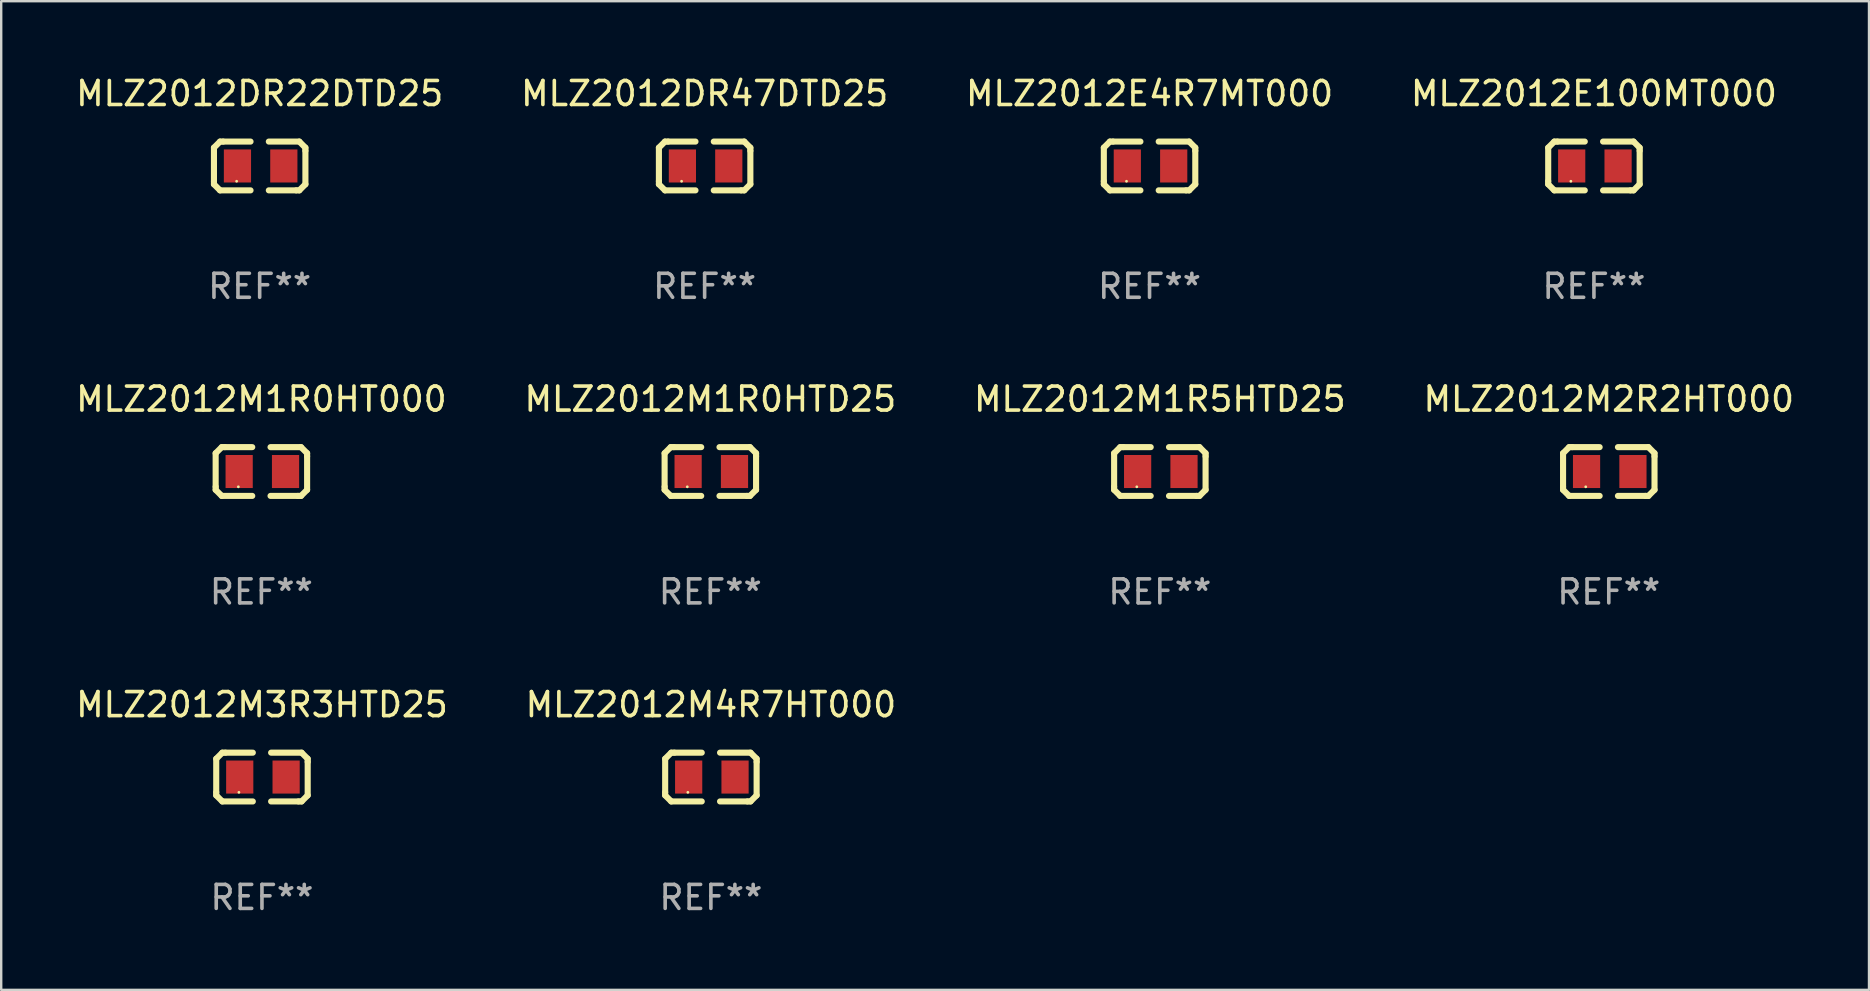
<source format=kicad_pcb>
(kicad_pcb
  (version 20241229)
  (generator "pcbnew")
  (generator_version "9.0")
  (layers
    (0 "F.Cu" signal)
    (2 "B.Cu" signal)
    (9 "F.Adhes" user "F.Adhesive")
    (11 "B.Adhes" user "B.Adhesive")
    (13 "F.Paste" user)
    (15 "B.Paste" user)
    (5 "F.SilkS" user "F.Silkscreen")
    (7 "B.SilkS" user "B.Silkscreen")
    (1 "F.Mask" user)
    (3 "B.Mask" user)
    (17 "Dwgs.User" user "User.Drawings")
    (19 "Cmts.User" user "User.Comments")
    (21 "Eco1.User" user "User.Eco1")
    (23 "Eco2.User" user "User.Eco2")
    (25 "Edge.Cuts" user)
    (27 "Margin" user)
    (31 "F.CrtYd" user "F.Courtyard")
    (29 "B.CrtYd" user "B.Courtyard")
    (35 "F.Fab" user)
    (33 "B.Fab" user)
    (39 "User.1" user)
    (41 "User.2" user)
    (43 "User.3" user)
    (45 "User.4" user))
  (footprint "MLZ2012M1R5HTD25"
    (layer "F.Cu")
    (at 45.268 16.593)
    (property "Reference" "MLZ2012M1R5HTD25" (at 0 -3.016 0) (layer "F.SilkS") (effects (font (size 1 1) (thickness 0.15))))
    (attr through_hole)
    (fp_line (start -1.905 -0.762) (end -1.905 0.635) (stroke (width 0.254) (type solid)) (layer "F.SilkS"))
    (fp_line (start -1.905 0.635) (end -1.905 0.762) (stroke (width 0.254) (type solid)) (layer "F.SilkS"))
    (fp_line (start -1.905 0.762) (end -1.651 1.016) (stroke (width 0.254) (type solid)) (layer "F.SilkS"))
    (fp_line (start -1.651 -1.016) (end -1.905 -0.762) (stroke (width 0.254) (type solid)) (layer "F.SilkS"))
    (fp_line (start -1.651 1.016) (end -0.381 1.016) (stroke (width 0.254) (type solid)) (layer "F.SilkS"))
    (fp_line (start -1.524 -1.016) (end -1.651 -1.016) (stroke (width 0.254) (type solid)) (layer "F.SilkS"))
    (fp_line (start -0.381 -1.016) (end -1.524 -1.016) (stroke (width 0.254) (type solid)) (layer "F.SilkS"))
    (fp_line (start 0.381 1.016) (end 1.524 1.016) (stroke (width 0.254) (type solid)) (layer "F.SilkS"))
    (fp_line (start 1.524 1.016) (end 1.651 1.016) (stroke (width 0.254) (type solid)) (layer "F.SilkS"))
    (fp_line (start 1.651 -1.016) (end 0.381 -1.016) (stroke (width 0.254) (type solid)) (layer "F.SilkS"))
    (fp_line (start 1.651 1.016) (end 1.905 0.762) (stroke (width 0.254) (type solid)) (layer "F.SilkS"))
    (fp_line (start 1.905 -0.762) (end 1.651 -1.016) (stroke (width 0.254) (type solid)) (layer "F.SilkS"))
    (fp_line (start 1.905 -0.635) (end 1.905 -0.762) (stroke (width 0.254) (type solid)) (layer "F.SilkS"))
    (fp_line (start 1.905 0.762) (end 1.905 -0.635) (stroke (width 0.254) (type solid)) (layer "F.SilkS"))
    (fp_circle (center -0.96 0.637) (end -0.93 0.637) (stroke (width 0.06) (type solid)) (fill no) (layer "F.SilkS"))
    (fp_text user "REF**" (at 0 5.016 0) (layer "F.Fab") (effects (font (size 1 1) (thickness 0.15))))
    (pad "1" smd rect (at -0.926 -0.000051) (size 1.133 1.377) (layers "F.Cu" "F.Mask" "F.Paste"))
    (pad "2" smd rect (at 1.006 -0.000051) (size 1.133 1.377) (layers "F.Cu" "F.Mask" "F.Paste")))
  (footprint "MLZ2012E100MT000"
    (layer "F.Cu")
    (at 63.351 3.864)
    (property "Reference" "MLZ2012E100MT000" (at 0 -3.016 0) (layer "F.SilkS") (effects (font (size 1 1) (thickness 0.15))))
    (attr through_hole)
    (fp_line (start -1.905 -0.762) (end -1.905 0.635) (stroke (width 0.254) (type solid)) (layer "F.SilkS"))
    (fp_line (start -1.905 0.635) (end -1.905 0.762) (stroke (width 0.254) (type solid)) (layer "F.SilkS"))
    (fp_line (start -1.905 0.762) (end -1.651 1.016) (stroke (width 0.254) (type solid)) (layer "F.SilkS"))
    (fp_line (start -1.651 -1.016) (end -1.905 -0.762) (stroke (width 0.254) (type solid)) (layer "F.SilkS"))
    (fp_line (start -1.651 1.016) (end -0.381 1.016) (stroke (width 0.254) (type solid)) (layer "F.SilkS"))
    (fp_line (start -1.524 -1.016) (end -1.651 -1.016) (stroke (width 0.254) (type solid)) (layer "F.SilkS"))
    (fp_line (start -0.381 -1.016) (end -1.524 -1.016) (stroke (width 0.254) (type solid)) (layer "F.SilkS"))
    (fp_line (start 0.381 1.016) (end 1.524 1.016) (stroke (width 0.254) (type solid)) (layer "F.SilkS"))
    (fp_line (start 1.524 1.016) (end 1.651 1.016) (stroke (width 0.254) (type solid)) (layer "F.SilkS"))
    (fp_line (start 1.651 -1.016) (end 0.381 -1.016) (stroke (width 0.254) (type solid)) (layer "F.SilkS"))
    (fp_line (start 1.651 1.016) (end 1.905 0.762) (stroke (width 0.254) (type solid)) (layer "F.SilkS"))
    (fp_line (start 1.905 -0.762) (end 1.651 -1.016) (stroke (width 0.254) (type solid)) (layer "F.SilkS"))
    (fp_line (start 1.905 -0.635) (end 1.905 -0.762) (stroke (width 0.254) (type solid)) (layer "F.SilkS"))
    (fp_line (start 1.905 0.762) (end 1.905 -0.635) (stroke (width 0.254) (type solid)) (layer "F.SilkS"))
    (fp_circle (center -0.96 0.637) (end -0.93 0.637) (stroke (width 0.06) (type solid)) (fill no) (layer "F.SilkS"))
    (fp_text user "REF**" (at 0 5.016 0) (layer "F.Fab") (effects (font (size 1 1) (thickness 0.15))))
    (pad "1" smd rect (at -0.926 -0.000051) (size 1.133 1.377) (layers "F.Cu" "F.Mask" "F.Paste"))
    (pad "2" smd rect (at 1.006 -0.000051) (size 1.133 1.377) (layers "F.Cu" "F.Mask" "F.Paste")))
  (footprint "MLZ2012DR22DTD25"
    (layer "F.Cu")
    (at 7.768 3.864)
    (property "Reference" "MLZ2012DR22DTD25" (at 0 -3.016 0) (layer "F.SilkS") (effects (font (size 1 1) (thickness 0.15))))
    (attr through_hole)
    (fp_line (start -1.905 -0.762) (end -1.905 0.635) (stroke (width 0.254) (type solid)) (layer "F.SilkS"))
    (fp_line (start -1.905 0.635) (end -1.905 0.762) (stroke (width 0.254) (type solid)) (layer "F.SilkS"))
    (fp_line (start -1.905 0.762) (end -1.651 1.016) (stroke (width 0.254) (type solid)) (layer "F.SilkS"))
    (fp_line (start -1.651 -1.016) (end -1.905 -0.762) (stroke (width 0.254) (type solid)) (layer "F.SilkS"))
    (fp_line (start -1.651 1.016) (end -0.381 1.016) (stroke (width 0.254) (type solid)) (layer "F.SilkS"))
    (fp_line (start -1.524 -1.016) (end -1.651 -1.016) (stroke (width 0.254) (type solid)) (layer "F.SilkS"))
    (fp_line (start -0.381 -1.016) (end -1.524 -1.016) (stroke (width 0.254) (type solid)) (layer "F.SilkS"))
    (fp_line (start 0.381 1.016) (end 1.524 1.016) (stroke (width 0.254) (type solid)) (layer "F.SilkS"))
    (fp_line (start 1.524 1.016) (end 1.651 1.016) (stroke (width 0.254) (type solid)) (layer "F.SilkS"))
    (fp_line (start 1.651 -1.016) (end 0.381 -1.016) (stroke (width 0.254) (type solid)) (layer "F.SilkS"))
    (fp_line (start 1.651 1.016) (end 1.905 0.762) (stroke (width 0.254) (type solid)) (layer "F.SilkS"))
    (fp_line (start 1.905 -0.762) (end 1.651 -1.016) (stroke (width 0.254) (type solid)) (layer "F.SilkS"))
    (fp_line (start 1.905 -0.635) (end 1.905 -0.762) (stroke (width 0.254) (type solid)) (layer "F.SilkS"))
    (fp_line (start 1.905 0.762) (end 1.905 -0.635) (stroke (width 0.254) (type solid)) (layer "F.SilkS"))
    (fp_circle (center -0.96 0.637) (end -0.93 0.637) (stroke (width 0.06) (type solid)) (fill no) (layer "F.SilkS"))
    (fp_text user "REF**" (at 0 5.016 0) (layer "F.Fab") (effects (font (size 1 1) (thickness 0.15))))
    (pad "1" smd rect (at -0.926 -0.000051) (size 1.133 1.377) (layers "F.Cu" "F.Mask" "F.Paste"))
    (pad "2" smd rect (at 1.006 -0.000051) (size 1.133 1.377) (layers "F.Cu" "F.Mask" "F.Paste")))
  (footprint "MLZ2012M2R2HT000"
    (layer "F.Cu")
    (at 63.97 16.593)
    (property "Reference" "MLZ2012M2R2HT000" (at 0 -3.016 0) (layer "F.SilkS") (effects (font (size 1 1) (thickness 0.15))))
    (attr through_hole)
    (fp_line (start -1.905 -0.762) (end -1.905 0.635) (stroke (width 0.254) (type solid)) (layer "F.SilkS"))
    (fp_line (start -1.905 0.635) (end -1.905 0.762) (stroke (width 0.254) (type solid)) (layer "F.SilkS"))
    (fp_line (start -1.905 0.762) (end -1.651 1.016) (stroke (width 0.254) (type solid)) (layer "F.SilkS"))
    (fp_line (start -1.651 -1.016) (end -1.905 -0.762) (stroke (width 0.254) (type solid)) (layer "F.SilkS"))
    (fp_line (start -1.651 1.016) (end -0.381 1.016) (stroke (width 0.254) (type solid)) (layer "F.SilkS"))
    (fp_line (start -1.524 -1.016) (end -1.651 -1.016) (stroke (width 0.254) (type solid)) (layer "F.SilkS"))
    (fp_line (start -0.381 -1.016) (end -1.524 -1.016) (stroke (width 0.254) (type solid)) (layer "F.SilkS"))
    (fp_line (start 0.381 1.016) (end 1.524 1.016) (stroke (width 0.254) (type solid)) (layer "F.SilkS"))
    (fp_line (start 1.524 1.016) (end 1.651 1.016) (stroke (width 0.254) (type solid)) (layer "F.SilkS"))
    (fp_line (start 1.651 -1.016) (end 0.381 -1.016) (stroke (width 0.254) (type solid)) (layer "F.SilkS"))
    (fp_line (start 1.651 1.016) (end 1.905 0.762) (stroke (width 0.254) (type solid)) (layer "F.SilkS"))
    (fp_line (start 1.905 -0.762) (end 1.651 -1.016) (stroke (width 0.254) (type solid)) (layer "F.SilkS"))
    (fp_line (start 1.905 -0.635) (end 1.905 -0.762) (stroke (width 0.254) (type solid)) (layer "F.SilkS"))
    (fp_line (start 1.905 0.762) (end 1.905 -0.635) (stroke (width 0.254) (type solid)) (layer "F.SilkS"))
    (fp_circle (center -0.96 0.637) (end -0.93 0.637) (stroke (width 0.06) (type solid)) (fill no) (layer "F.SilkS"))
    (fp_text user "REF**" (at 0 5.016 0) (layer "F.Fab") (effects (font (size 1 1) (thickness 0.15))))
    (pad "1" smd rect (at -0.926 -0.000051) (size 1.133 1.377) (layers "F.Cu" "F.Mask" "F.Paste"))
    (pad "2" smd rect (at 1.006 -0.000051) (size 1.133 1.377) (layers "F.Cu" "F.Mask" "F.Paste")))
  (footprint "MLZ2012M4R7HT000"
    (layer "F.Cu")
    (at 26.565 29.321)
    (property "Reference" "MLZ2012M4R7HT000" (at 0 -3.016 0) (layer "F.SilkS") (effects (font (size 1 1) (thickness 0.15))))
    (attr through_hole)
    (fp_line (start -1.905 -0.762) (end -1.905 0.635) (stroke (width 0.254) (type solid)) (layer "F.SilkS"))
    (fp_line (start -1.905 0.635) (end -1.905 0.762) (stroke (width 0.254) (type solid)) (layer "F.SilkS"))
    (fp_line (start -1.905 0.762) (end -1.651 1.016) (stroke (width 0.254) (type solid)) (layer "F.SilkS"))
    (fp_line (start -1.651 -1.016) (end -1.905 -0.762) (stroke (width 0.254) (type solid)) (layer "F.SilkS"))
    (fp_line (start -1.651 1.016) (end -0.381 1.016) (stroke (width 0.254) (type solid)) (layer "F.SilkS"))
    (fp_line (start -1.524 -1.016) (end -1.651 -1.016) (stroke (width 0.254) (type solid)) (layer "F.SilkS"))
    (fp_line (start -0.381 -1.016) (end -1.524 -1.016) (stroke (width 0.254) (type solid)) (layer "F.SilkS"))
    (fp_line (start 0.381 1.016) (end 1.524 1.016) (stroke (width 0.254) (type solid)) (layer "F.SilkS"))
    (fp_line (start 1.524 1.016) (end 1.651 1.016) (stroke (width 0.254) (type solid)) (layer "F.SilkS"))
    (fp_line (start 1.651 -1.016) (end 0.381 -1.016) (stroke (width 0.254) (type solid)) (layer "F.SilkS"))
    (fp_line (start 1.651 1.016) (end 1.905 0.762) (stroke (width 0.254) (type solid)) (layer "F.SilkS"))
    (fp_line (start 1.905 -0.762) (end 1.651 -1.016) (stroke (width 0.254) (type solid)) (layer "F.SilkS"))
    (fp_line (start 1.905 -0.635) (end 1.905 -0.762) (stroke (width 0.254) (type solid)) (layer "F.SilkS"))
    (fp_line (start 1.905 0.762) (end 1.905 -0.635) (stroke (width 0.254) (type solid)) (layer "F.SilkS"))
    (fp_circle (center -0.96 0.637) (end -0.93 0.637) (stroke (width 0.06) (type solid)) (fill no) (layer "F.SilkS"))
    (fp_text user "REF**" (at 0 5.016 0) (layer "F.Fab") (effects (font (size 1 1) (thickness 0.15))))
    (pad "1" smd rect (at -0.926 -0.000051) (size 1.133 1.377) (layers "F.Cu" "F.Mask" "F.Paste"))
    (pad "2" smd rect (at 1.006 -0.000051) (size 1.133 1.377) (layers "F.Cu" "F.Mask" "F.Paste")))
  (footprint "MLZ2012E4R7MT000"
    (layer "F.Cu")
    (at 44.839 3.864)
    (property "Reference" "MLZ2012E4R7MT000" (at 0 -3.016 0) (layer "F.SilkS") (effects (font (size 1 1) (thickness 0.15))))
    (attr through_hole)
    (fp_line (start -1.905 -0.762) (end -1.905 0.635) (stroke (width 0.254) (type solid)) (layer "F.SilkS"))
    (fp_line (start -1.905 0.635) (end -1.905 0.762) (stroke (width 0.254) (type solid)) (layer "F.SilkS"))
    (fp_line (start -1.905 0.762) (end -1.651 1.016) (stroke (width 0.254) (type solid)) (layer "F.SilkS"))
    (fp_line (start -1.651 -1.016) (end -1.905 -0.762) (stroke (width 0.254) (type solid)) (layer "F.SilkS"))
    (fp_line (start -1.651 1.016) (end -0.381 1.016) (stroke (width 0.254) (type solid)) (layer "F.SilkS"))
    (fp_line (start -1.524 -1.016) (end -1.651 -1.016) (stroke (width 0.254) (type solid)) (layer "F.SilkS"))
    (fp_line (start -0.381 -1.016) (end -1.524 -1.016) (stroke (width 0.254) (type solid)) (layer "F.SilkS"))
    (fp_line (start 0.381 1.016) (end 1.524 1.016) (stroke (width 0.254) (type solid)) (layer "F.SilkS"))
    (fp_line (start 1.524 1.016) (end 1.651 1.016) (stroke (width 0.254) (type solid)) (layer "F.SilkS"))
    (fp_line (start 1.651 -1.016) (end 0.381 -1.016) (stroke (width 0.254) (type solid)) (layer "F.SilkS"))
    (fp_line (start 1.651 1.016) (end 1.905 0.762) (stroke (width 0.254) (type solid)) (layer "F.SilkS"))
    (fp_line (start 1.905 -0.762) (end 1.651 -1.016) (stroke (width 0.254) (type solid)) (layer "F.SilkS"))
    (fp_line (start 1.905 -0.635) (end 1.905 -0.762) (stroke (width 0.254) (type solid)) (layer "F.SilkS"))
    (fp_line (start 1.905 0.762) (end 1.905 -0.635) (stroke (width 0.254) (type solid)) (layer "F.SilkS"))
    (fp_circle (center -0.96 0.637) (end -0.93 0.637) (stroke (width 0.06) (type solid)) (fill no) (layer "F.SilkS"))
    (fp_text user "REF**" (at 0 5.016 0) (layer "F.Fab") (effects (font (size 1 1) (thickness 0.15))))
    (pad "1" smd rect (at -0.926 -0.000051) (size 1.133 1.377) (layers "F.Cu" "F.Mask" "F.Paste"))
    (pad "2" smd rect (at 1.006 -0.000051) (size 1.133 1.377) (layers "F.Cu" "F.Mask" "F.Paste")))
  (footprint "MLZ2012M1R0HT000"
    (layer "F.Cu")
    (at 7.839 16.593)
    (property "Reference" "MLZ2012M1R0HT000" (at 0 -3.016 0) (layer "F.SilkS") (effects (font (size 1 1) (thickness 0.15))))
    (attr through_hole)
    (fp_line (start -1.905 -0.762) (end -1.905 0.635) (stroke (width 0.254) (type solid)) (layer "F.SilkS"))
    (fp_line (start -1.905 0.635) (end -1.905 0.762) (stroke (width 0.254) (type solid)) (layer "F.SilkS"))
    (fp_line (start -1.905 0.762) (end -1.651 1.016) (stroke (width 0.254) (type solid)) (layer "F.SilkS"))
    (fp_line (start -1.651 -1.016) (end -1.905 -0.762) (stroke (width 0.254) (type solid)) (layer "F.SilkS"))
    (fp_line (start -1.651 1.016) (end -0.381 1.016) (stroke (width 0.254) (type solid)) (layer "F.SilkS"))
    (fp_line (start -1.524 -1.016) (end -1.651 -1.016) (stroke (width 0.254) (type solid)) (layer "F.SilkS"))
    (fp_line (start -0.381 -1.016) (end -1.524 -1.016) (stroke (width 0.254) (type solid)) (layer "F.SilkS"))
    (fp_line (start 0.381 1.016) (end 1.524 1.016) (stroke (width 0.254) (type solid)) (layer "F.SilkS"))
    (fp_line (start 1.524 1.016) (end 1.651 1.016) (stroke (width 0.254) (type solid)) (layer "F.SilkS"))
    (fp_line (start 1.651 -1.016) (end 0.381 -1.016) (stroke (width 0.254) (type solid)) (layer "F.SilkS"))
    (fp_line (start 1.651 1.016) (end 1.905 0.762) (stroke (width 0.254) (type solid)) (layer "F.SilkS"))
    (fp_line (start 1.905 -0.762) (end 1.651 -1.016) (stroke (width 0.254) (type solid)) (layer "F.SilkS"))
    (fp_line (start 1.905 -0.635) (end 1.905 -0.762) (stroke (width 0.254) (type solid)) (layer "F.SilkS"))
    (fp_line (start 1.905 0.762) (end 1.905 -0.635) (stroke (width 0.254) (type solid)) (layer "F.SilkS"))
    (fp_circle (center -0.96 0.637) (end -0.93 0.637) (stroke (width 0.06) (type solid)) (fill no) (layer "F.SilkS"))
    (fp_text user "REF**" (at 0 5.016 0) (layer "F.Fab") (effects (font (size 1 1) (thickness 0.15))))
    (pad "1" smd rect (at -0.926 -0.000051) (size 1.133 1.377) (layers "F.Cu" "F.Mask" "F.Paste"))
    (pad "2" smd rect (at 1.006 -0.000051) (size 1.133 1.377) (layers "F.Cu" "F.Mask" "F.Paste")))
  (footprint "MLZ2012DR47DTD25"
    (layer "F.Cu")
    (at 26.304 3.864)
    (property "Reference" "MLZ2012DR47DTD25" (at 0 -3.016 0) (layer "F.SilkS") (effects (font (size 1 1) (thickness 0.15))))
    (attr through_hole)
    (fp_line (start -1.905 -0.762) (end -1.905 0.635) (stroke (width 0.254) (type solid)) (layer "F.SilkS"))
    (fp_line (start -1.905 0.635) (end -1.905 0.762) (stroke (width 0.254) (type solid)) (layer "F.SilkS"))
    (fp_line (start -1.905 0.762) (end -1.651 1.016) (stroke (width 0.254) (type solid)) (layer "F.SilkS"))
    (fp_line (start -1.651 -1.016) (end -1.905 -0.762) (stroke (width 0.254) (type solid)) (layer "F.SilkS"))
    (fp_line (start -1.651 1.016) (end -0.381 1.016) (stroke (width 0.254) (type solid)) (layer "F.SilkS"))
    (fp_line (start -1.524 -1.016) (end -1.651 -1.016) (stroke (width 0.254) (type solid)) (layer "F.SilkS"))
    (fp_line (start -0.381 -1.016) (end -1.524 -1.016) (stroke (width 0.254) (type solid)) (layer "F.SilkS"))
    (fp_line (start 0.381 1.016) (end 1.524 1.016) (stroke (width 0.254) (type solid)) (layer "F.SilkS"))
    (fp_line (start 1.524 1.016) (end 1.651 1.016) (stroke (width 0.254) (type solid)) (layer "F.SilkS"))
    (fp_line (start 1.651 -1.016) (end 0.381 -1.016) (stroke (width 0.254) (type solid)) (layer "F.SilkS"))
    (fp_line (start 1.651 1.016) (end 1.905 0.762) (stroke (width 0.254) (type solid)) (layer "F.SilkS"))
    (fp_line (start 1.905 -0.762) (end 1.651 -1.016) (stroke (width 0.254) (type solid)) (layer "F.SilkS"))
    (fp_line (start 1.905 -0.635) (end 1.905 -0.762) (stroke (width 0.254) (type solid)) (layer "F.SilkS"))
    (fp_line (start 1.905 0.762) (end 1.905 -0.635) (stroke (width 0.254) (type solid)) (layer "F.SilkS"))
    (fp_circle (center -0.96 0.637) (end -0.93 0.637) (stroke (width 0.06) (type solid)) (fill no) (layer "F.SilkS"))
    (fp_text user "REF**" (at 0 5.016 0) (layer "F.Fab") (effects (font (size 1 1) (thickness 0.15))))
    (pad "1" smd rect (at -0.926 -0.000051) (size 1.133 1.377) (layers "F.Cu" "F.Mask" "F.Paste"))
    (pad "2" smd rect (at 1.006 -0.000051) (size 1.133 1.377) (layers "F.Cu" "F.Mask" "F.Paste")))
  (footprint "MLZ2012M1R0HTD25"
    (layer "F.Cu")
    (at 26.542 16.593)
    (property "Reference" "MLZ2012M1R0HTD25" (at 0 -3.016 0) (layer "F.SilkS") (effects (font (size 1 1) (thickness 0.15))))
    (attr through_hole)
    (fp_line (start -1.905 -0.762) (end -1.905 0.635) (stroke (width 0.254) (type solid)) (layer "F.SilkS"))
    (fp_line (start -1.905 0.635) (end -1.905 0.762) (stroke (width 0.254) (type solid)) (layer "F.SilkS"))
    (fp_line (start -1.905 0.762) (end -1.651 1.016) (stroke (width 0.254) (type solid)) (layer "F.SilkS"))
    (fp_line (start -1.651 -1.016) (end -1.905 -0.762) (stroke (width 0.254) (type solid)) (layer "F.SilkS"))
    (fp_line (start -1.651 1.016) (end -0.381 1.016) (stroke (width 0.254) (type solid)) (layer "F.SilkS"))
    (fp_line (start -1.524 -1.016) (end -1.651 -1.016) (stroke (width 0.254) (type solid)) (layer "F.SilkS"))
    (fp_line (start -0.381 -1.016) (end -1.524 -1.016) (stroke (width 0.254) (type solid)) (layer "F.SilkS"))
    (fp_line (start 0.381 1.016) (end 1.524 1.016) (stroke (width 0.254) (type solid)) (layer "F.SilkS"))
    (fp_line (start 1.524 1.016) (end 1.651 1.016) (stroke (width 0.254) (type solid)) (layer "F.SilkS"))
    (fp_line (start 1.651 -1.016) (end 0.381 -1.016) (stroke (width 0.254) (type solid)) (layer "F.SilkS"))
    (fp_line (start 1.651 1.016) (end 1.905 0.762) (stroke (width 0.254) (type solid)) (layer "F.SilkS"))
    (fp_line (start 1.905 -0.762) (end 1.651 -1.016) (stroke (width 0.254) (type solid)) (layer "F.SilkS"))
    (fp_line (start 1.905 -0.635) (end 1.905 -0.762) (stroke (width 0.254) (type solid)) (layer "F.SilkS"))
    (fp_line (start 1.905 0.762) (end 1.905 -0.635) (stroke (width 0.254) (type solid)) (layer "F.SilkS"))
    (fp_circle (center -0.96 0.637) (end -0.93 0.637) (stroke (width 0.06) (type solid)) (fill no) (layer "F.SilkS"))
    (fp_text user "REF**" (at 0 5.016 0) (layer "F.Fab") (effects (font (size 1 1) (thickness 0.15))))
    (pad "1" smd rect (at -0.926 -0.000051) (size 1.133 1.377) (layers "F.Cu" "F.Mask" "F.Paste"))
    (pad "2" smd rect (at 1.006 -0.000051) (size 1.133 1.377) (layers "F.Cu" "F.Mask" "F.Paste")))
  (footprint "MLZ2012M3R3HTD25"
    (layer "F.Cu")
    (at 7.863 29.321)
    (property "Reference" "MLZ2012M3R3HTD25" (at 0 -3.016 0) (layer "F.SilkS") (effects (font (size 1 1) (thickness 0.15))))
    (attr through_hole)
    (fp_line (start -1.905 -0.762) (end -1.905 0.635) (stroke (width 0.254) (type solid)) (layer "F.SilkS"))
    (fp_line (start -1.905 0.635) (end -1.905 0.762) (stroke (width 0.254) (type solid)) (layer "F.SilkS"))
    (fp_line (start -1.905 0.762) (end -1.651 1.016) (stroke (width 0.254) (type solid)) (layer "F.SilkS"))
    (fp_line (start -1.651 -1.016) (end -1.905 -0.762) (stroke (width 0.254) (type solid)) (layer "F.SilkS"))
    (fp_line (start -1.651 1.016) (end -0.381 1.016) (stroke (width 0.254) (type solid)) (layer "F.SilkS"))
    (fp_line (start -1.524 -1.016) (end -1.651 -1.016) (stroke (width 0.254) (type solid)) (layer "F.SilkS"))
    (fp_line (start -0.381 -1.016) (end -1.524 -1.016) (stroke (width 0.254) (type solid)) (layer "F.SilkS"))
    (fp_line (start 0.381 1.016) (end 1.524 1.016) (stroke (width 0.254) (type solid)) (layer "F.SilkS"))
    (fp_line (start 1.524 1.016) (end 1.651 1.016) (stroke (width 0.254) (type solid)) (layer "F.SilkS"))
    (fp_line (start 1.651 -1.016) (end 0.381 -1.016) (stroke (width 0.254) (type solid)) (layer "F.SilkS"))
    (fp_line (start 1.651 1.016) (end 1.905 0.762) (stroke (width 0.254) (type solid)) (layer "F.SilkS"))
    (fp_line (start 1.905 -0.762) (end 1.651 -1.016) (stroke (width 0.254) (type solid)) (layer "F.SilkS"))
    (fp_line (start 1.905 -0.635) (end 1.905 -0.762) (stroke (width 0.254) (type solid)) (layer "F.SilkS"))
    (fp_line (start 1.905 0.762) (end 1.905 -0.635) (stroke (width 0.254) (type solid)) (layer "F.SilkS"))
    (fp_circle (center -0.96 0.637) (end -0.93 0.637) (stroke (width 0.06) (type solid)) (fill no) (layer "F.SilkS"))
    (fp_text user "REF**" (at 0 5.016 0) (layer "F.Fab") (effects (font (size 1 1) (thickness 0.15))))
    (pad "1" smd rect (at -0.926 -0.000051) (size 1.133 1.377) (layers "F.Cu" "F.Mask" "F.Paste"))
    (pad "2" smd rect (at 1.006 -0.000051) (size 1.133 1.377) (layers "F.Cu" "F.Mask" "F.Paste")))
  (gr_rect
    (start -3 -3)
    (end 74.81 38.186)
    (stroke (width 0.1) (type default))
    (fill no)
    (layer "Edge.Cuts")))
</source>
